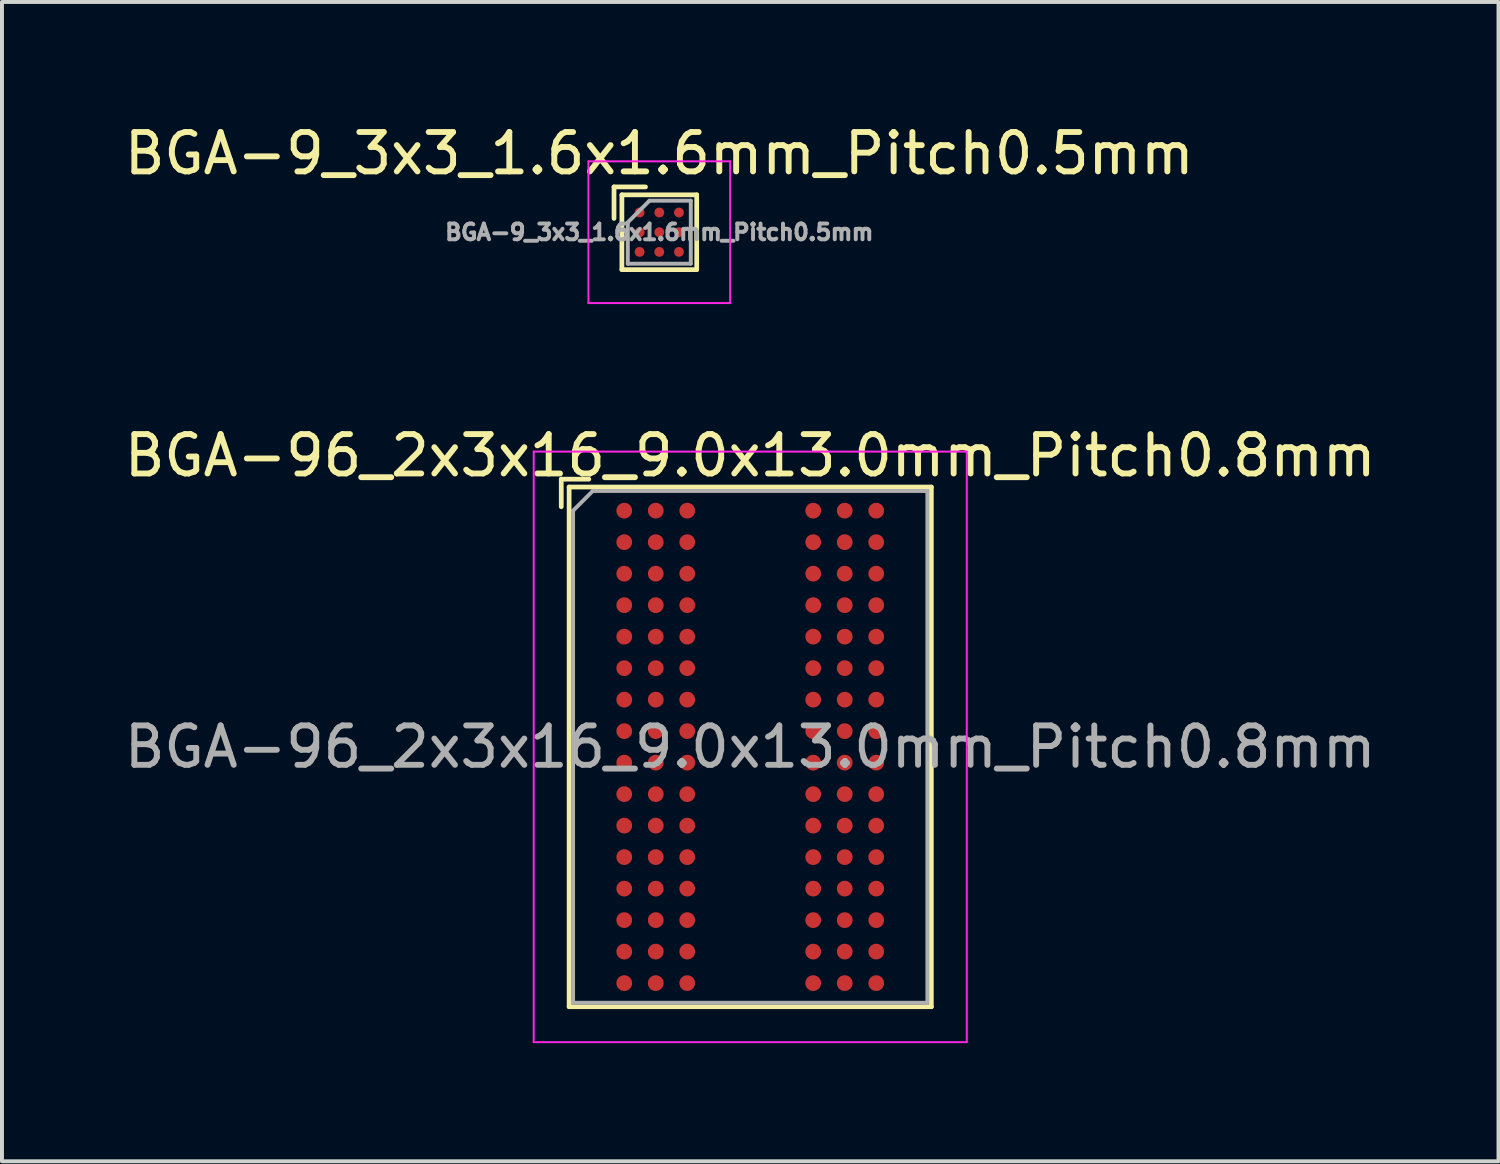
<source format=kicad_pcb>
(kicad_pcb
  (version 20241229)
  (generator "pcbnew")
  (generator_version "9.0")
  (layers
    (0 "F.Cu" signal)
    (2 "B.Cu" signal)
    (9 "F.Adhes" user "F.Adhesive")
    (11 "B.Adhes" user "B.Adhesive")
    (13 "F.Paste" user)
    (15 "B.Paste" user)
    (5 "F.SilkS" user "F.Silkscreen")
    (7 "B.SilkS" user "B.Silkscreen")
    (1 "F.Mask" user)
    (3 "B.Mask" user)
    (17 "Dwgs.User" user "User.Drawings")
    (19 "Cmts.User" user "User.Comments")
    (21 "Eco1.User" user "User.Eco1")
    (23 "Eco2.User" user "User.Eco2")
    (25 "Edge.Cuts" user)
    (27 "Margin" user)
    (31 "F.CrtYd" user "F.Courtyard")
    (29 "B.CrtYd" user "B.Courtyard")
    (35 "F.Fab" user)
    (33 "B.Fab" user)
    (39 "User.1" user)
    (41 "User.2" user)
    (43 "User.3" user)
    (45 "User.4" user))
  (footprint "BGA-9_3x3_1.6x1.6mm_Pitch0.5mm"
    (layer "F.Cu")
    (at 13.696 2.848)
    (property "Reference" "BGA-9_3x3_1.6x1.6mm_Pitch0.5mm" (at 0 -2 0) (layer "F.SilkS") (effects (font (size 1 1) (thickness 0.15))))
    (attr smd)
    (fp_line (start -1.15 -1.15) (end -1.15 -0.35) (stroke (width 0.12) (type solid)) (layer "F.SilkS"))
    (fp_line (start -1.15 -1.15) (end -0.35 -1.15) (stroke (width 0.12) (type solid)) (layer "F.SilkS"))
    (fp_line (start -0.95 -0.95) (end -0.95 0.95) (stroke (width 0.12) (type solid)) (layer "F.SilkS"))
    (fp_line (start -0.95 0.95) (end 0.95 0.95) (stroke (width 0.12) (type solid)) (layer "F.SilkS"))
    (fp_line (start 0.95 -0.95) (end -0.95 -0.95) (stroke (width 0.12) (type solid)) (layer "F.SilkS"))
    (fp_line (start 0.95 0.95) (end 0.95 -0.95) (stroke (width 0.12) (type solid)) (layer "F.SilkS"))
    (fp_line (start -1.8 -1.8) (end -1.8 1.8) (stroke (width 0.05) (type solid)) (layer "F.CrtYd"))
    (fp_line (start -1.8 -1.8) (end 1.8 -1.8) (stroke (width 0.05) (type solid)) (layer "F.CrtYd"))
    (fp_line (start 1.8 1.8) (end -1.8 1.8) (stroke (width 0.05) (type solid)) (layer "F.CrtYd"))
    (fp_line (start 1.8 1.8) (end 1.8 -1.8) (stroke (width 0.05) (type solid)) (layer "F.CrtYd"))
    (fp_line (start -0.8 -0.25) (end -0.25 -0.8) (stroke (width 0.1) (type solid)) (layer "F.Fab"))
    (fp_line (start -0.8 0.8) (end -0.8 -0.25) (stroke (width 0.1) (type solid)) (layer "F.Fab"))
    (fp_line (start -0.25 -0.8) (end 0.8 -0.8) (stroke (width 0.1) (type solid)) (layer "F.Fab"))
    (fp_line (start 0.8 -0.8) (end 0.8 0.8) (stroke (width 0.1) (type solid)) (layer "F.Fab"))
    (fp_line (start 0.8 0.8) (end -0.8 0.8) (stroke (width 0.1) (type solid)) (layer "F.Fab"))
    (fp_text user "${REFERENCE}" (at 0 0 0) (layer "F.Fab") (effects (font (size 0.4 0.4) (thickness 0.1))))
    (pad "A1" smd circle (at -0.5 -0.5) (size 0.25 0.25) (layers "F.Cu" "F.Mask" "F.Paste"))
    (pad "A2" smd circle (at 0 -0.5) (size 0.25 0.25) (layers "F.Cu" "F.Mask" "F.Paste"))
    (pad "A3" smd circle (at 0.5 -0.5) (size 0.25 0.25) (layers "F.Cu" "F.Mask" "F.Paste"))
    (pad "B1" smd circle (at -0.5 0) (size 0.25 0.25) (layers "F.Cu" "F.Mask" "F.Paste"))
    (pad "B2" smd circle (at 0 0) (size 0.25 0.25) (layers "F.Cu" "F.Mask" "F.Paste"))
    (pad "B3" smd circle (at 0.5 0) (size 0.25 0.25) (layers "F.Cu" "F.Mask" "F.Paste"))
    (pad "C1" smd circle (at -0.5 0.5) (size 0.25 0.25) (layers "F.Cu" "F.Mask" "F.Paste"))
    (pad "C2" smd circle (at 0 0.5) (size 0.25 0.25) (layers "F.Cu" "F.Mask" "F.Paste"))
    (pad "C3" smd circle (at 0.5 0.5) (size 0.25 0.25) (layers "F.Cu" "F.Mask" "F.Paste")))
  (footprint "BGA-96_2x3x16_9.0x13.0mm_Pitch0.8mm"
    (layer "F.Cu")
    (at 16.006 15.921)
    (property "Reference" "BGA-96_2x3x16_9.0x13.0mm_Pitch0.8mm" (at 0 -7.4 0) (layer "F.SilkS") (effects (font (size 1 1) (thickness 0.15))))
    (attr smd)
    (fp_line (start -4.8 -6.8) (end -4.8 -6.1) (stroke (width 0.12) (type solid)) (layer "F.SilkS"))
    (fp_line (start -4.6 -6.6) (end -4.6 6.6) (stroke (width 0.12) (type solid)) (layer "F.SilkS"))
    (fp_line (start -4.6 6.6) (end 4.6 6.6) (stroke (width 0.12) (type solid)) (layer "F.SilkS"))
    (fp_line (start -4.1 -6.8) (end -4.8 -6.8) (stroke (width 0.12) (type solid)) (layer "F.SilkS"))
    (fp_line (start 4.6 -6.6) (end -4.6 -6.6) (stroke (width 0.12) (type solid)) (layer "F.SilkS"))
    (fp_line (start 4.6 6.6) (end 4.6 -6.6) (stroke (width 0.12) (type solid)) (layer "F.SilkS"))
    (fp_line (start -5.5 -7.5) (end -5.5 7.5) (stroke (width 0.05) (type solid)) (layer "F.CrtYd"))
    (fp_line (start -5.5 -7.5) (end 5.5 -7.5) (stroke (width 0.05) (type solid)) (layer "F.CrtYd"))
    (fp_line (start 5.5 7.5) (end -5.5 7.5) (stroke (width 0.05) (type solid)) (layer "F.CrtYd"))
    (fp_line (start 5.5 7.5) (end 5.5 -7.5) (stroke (width 0.05) (type solid)) (layer "F.CrtYd"))
    (fp_line (start -4.5 -6) (end -4.5 6.5) (stroke (width 0.1) (type solid)) (layer "F.Fab"))
    (fp_line (start -4.5 6.5) (end 4.5 6.5) (stroke (width 0.1) (type solid)) (layer "F.Fab"))
    (fp_line (start -4 -6.5) (end -4.5 -6) (stroke (width 0.1) (type solid)) (layer "F.Fab"))
    (fp_line (start 4.5 -6.5) (end -4 -6.5) (stroke (width 0.1) (type solid)) (layer "F.Fab"))
    (fp_line (start 4.5 6.5) (end 4.5 -6.5) (stroke (width 0.1) (type solid)) (layer "F.Fab"))
    (fp_text user "${REFERENCE}" (at 0 0 0) (layer "F.Fab") (effects (font (size 1 1) (thickness 0.15))))
    (pad "A1" smd circle (at -3.2 -6) (size 0.4 0.4) (layers "F.Cu" "F.Mask" "F.Paste"))
    (pad "A2" smd circle (at -2.4 -6) (size 0.4 0.4) (layers "F.Cu" "F.Mask" "F.Paste"))
    (pad "A3" smd circle (at -1.6 -6) (size 0.4 0.4) (layers "F.Cu" "F.Mask" "F.Paste"))
    (pad "A7" smd circle (at 1.6 -6) (size 0.4 0.4) (layers "F.Cu" "F.Mask" "F.Paste"))
    (pad "A8" smd circle (at 2.4 -6) (size 0.4 0.4) (layers "F.Cu" "F.Mask" "F.Paste"))
    (pad "A9" smd circle (at 3.2 -6) (size 0.4 0.4) (layers "F.Cu" "F.Mask" "F.Paste"))
    (pad "B1" smd circle (at -3.2 -5.2) (size 0.4 0.4) (layers "F.Cu" "F.Mask" "F.Paste"))
    (pad "B2" smd circle (at -2.4 -5.2) (size 0.4 0.4) (layers "F.Cu" "F.Mask" "F.Paste"))
    (pad "B3" smd circle (at -1.6 -5.2) (size 0.4 0.4) (layers "F.Cu" "F.Mask" "F.Paste"))
    (pad "B7" smd circle (at 1.6 -5.2) (size 0.4 0.4) (layers "F.Cu" "F.Mask" "F.Paste"))
    (pad "B8" smd circle (at 2.4 -5.2) (size 0.4 0.4) (layers "F.Cu" "F.Mask" "F.Paste"))
    (pad "B9" smd circle (at 3.2 -5.2) (size 0.4 0.4) (layers "F.Cu" "F.Mask" "F.Paste"))
    (pad "C1" smd circle (at -3.2 -4.4) (size 0.4 0.4) (layers "F.Cu" "F.Mask" "F.Paste"))
    (pad "C2" smd circle (at -2.4 -4.4) (size 0.4 0.4) (layers "F.Cu" "F.Mask" "F.Paste"))
    (pad "C3" smd circle (at -1.6 -4.4) (size 0.4 0.4) (layers "F.Cu" "F.Mask" "F.Paste"))
    (pad "C7" smd circle (at 1.6 -4.4) (size 0.4 0.4) (layers "F.Cu" "F.Mask" "F.Paste"))
    (pad "C8" smd circle (at 2.4 -4.4) (size 0.4 0.4) (layers "F.Cu" "F.Mask" "F.Paste"))
    (pad "C9" smd circle (at 3.2 -4.4) (size 0.4 0.4) (layers "F.Cu" "F.Mask" "F.Paste"))
    (pad "D1" smd circle (at -3.2 -3.6) (size 0.4 0.4) (layers "F.Cu" "F.Mask" "F.Paste"))
    (pad "D2" smd circle (at -2.4 -3.6) (size 0.4 0.4) (layers "F.Cu" "F.Mask" "F.Paste"))
    (pad "D3" smd circle (at -1.6 -3.6) (size 0.4 0.4) (layers "F.Cu" "F.Mask" "F.Paste"))
    (pad "D7" smd circle (at 1.6 -3.6) (size 0.4 0.4) (layers "F.Cu" "F.Mask" "F.Paste"))
    (pad "D8" smd circle (at 2.4 -3.6) (size 0.4 0.4) (layers "F.Cu" "F.Mask" "F.Paste"))
    (pad "D9" smd circle (at 3.2 -3.6) (size 0.4 0.4) (layers "F.Cu" "F.Mask" "F.Paste"))
    (pad "E1" smd circle (at -3.2 -2.8) (size 0.4 0.4) (layers "F.Cu" "F.Mask" "F.Paste"))
    (pad "E2" smd circle (at -2.4 -2.8) (size 0.4 0.4) (layers "F.Cu" "F.Mask" "F.Paste"))
    (pad "E3" smd circle (at -1.6 -2.8) (size 0.4 0.4) (layers "F.Cu" "F.Mask" "F.Paste"))
    (pad "E7" smd circle (at 1.6 -2.8) (size 0.4 0.4) (layers "F.Cu" "F.Mask" "F.Paste"))
    (pad "E8" smd circle (at 2.4 -2.8) (size 0.4 0.4) (layers "F.Cu" "F.Mask" "F.Paste"))
    (pad "E9" smd circle (at 3.2 -2.8) (size 0.4 0.4) (layers "F.Cu" "F.Mask" "F.Paste"))
    (pad "F1" smd circle (at -3.2 -2) (size 0.4 0.4) (layers "F.Cu" "F.Mask" "F.Paste"))
    (pad "F2" smd circle (at -2.4 -2) (size 0.4 0.4) (layers "F.Cu" "F.Mask" "F.Paste"))
    (pad "F3" smd circle (at -1.6 -2) (size 0.4 0.4) (layers "F.Cu" "F.Mask" "F.Paste"))
    (pad "F7" smd circle (at 1.6 -2) (size 0.4 0.4) (layers "F.Cu" "F.Mask" "F.Paste"))
    (pad "F8" smd circle (at 2.4 -2) (size 0.4 0.4) (layers "F.Cu" "F.Mask" "F.Paste"))
    (pad "F9" smd circle (at 3.2 -2) (size 0.4 0.4) (layers "F.Cu" "F.Mask" "F.Paste"))
    (pad "G1" smd circle (at -3.2 -1.2) (size 0.4 0.4) (layers "F.Cu" "F.Mask" "F.Paste"))
    (pad "G2" smd circle (at -2.4 -1.2) (size 0.4 0.4) (layers "F.Cu" "F.Mask" "F.Paste"))
    (pad "G3" smd circle (at -1.6 -1.2) (size 0.4 0.4) (layers "F.Cu" "F.Mask" "F.Paste"))
    (pad "G7" smd circle (at 1.6 -1.2) (size 0.4 0.4) (layers "F.Cu" "F.Mask" "F.Paste"))
    (pad "G8" smd circle (at 2.4 -1.2) (size 0.4 0.4) (layers "F.Cu" "F.Mask" "F.Paste"))
    (pad "G9" smd circle (at 3.2 -1.2) (size 0.4 0.4) (layers "F.Cu" "F.Mask" "F.Paste"))
    (pad "H1" smd circle (at -3.2 -0.4) (size 0.4 0.4) (layers "F.Cu" "F.Mask" "F.Paste"))
    (pad "H2" smd circle (at -2.4 -0.4) (size 0.4 0.4) (layers "F.Cu" "F.Mask" "F.Paste"))
    (pad "H3" smd circle (at -1.6 -0.4) (size 0.4 0.4) (layers "F.Cu" "F.Mask" "F.Paste"))
    (pad "H7" smd circle (at 1.6 -0.4) (size 0.4 0.4) (layers "F.Cu" "F.Mask" "F.Paste"))
    (pad "H8" smd circle (at 2.4 -0.4) (size 0.4 0.4) (layers "F.Cu" "F.Mask" "F.Paste"))
    (pad "H9" smd circle (at 3.2 -0.4) (size 0.4 0.4) (layers "F.Cu" "F.Mask" "F.Paste"))
    (pad "J1" smd circle (at -3.2 0.4) (size 0.4 0.4) (layers "F.Cu" "F.Mask" "F.Paste"))
    (pad "J2" smd circle (at -2.4 0.4) (size 0.4 0.4) (layers "F.Cu" "F.Mask" "F.Paste"))
    (pad "J3" smd circle (at -1.6 0.4) (size 0.4 0.4) (layers "F.Cu" "F.Mask" "F.Paste"))
    (pad "J7" smd circle (at 1.6 0.4) (size 0.4 0.4) (layers "F.Cu" "F.Mask" "F.Paste"))
    (pad "J8" smd circle (at 2.4 0.4) (size 0.4 0.4) (layers "F.Cu" "F.Mask" "F.Paste"))
    (pad "J9" smd circle (at 3.2 0.4) (size 0.4 0.4) (layers "F.Cu" "F.Mask" "F.Paste"))
    (pad "K1" smd circle (at -3.2 1.2) (size 0.4 0.4) (layers "F.Cu" "F.Mask" "F.Paste"))
    (pad "K2" smd circle (at -2.4 1.2) (size 0.4 0.4) (layers "F.Cu" "F.Mask" "F.Paste"))
    (pad "K3" smd circle (at -1.6 1.2) (size 0.4 0.4) (layers "F.Cu" "F.Mask" "F.Paste"))
    (pad "K7" smd circle (at 1.6 1.2) (size 0.4 0.4) (layers "F.Cu" "F.Mask" "F.Paste"))
    (pad "K8" smd circle (at 2.4 1.2) (size 0.4 0.4) (layers "F.Cu" "F.Mask" "F.Paste"))
    (pad "K9" smd circle (at 3.2 1.2) (size 0.4 0.4) (layers "F.Cu" "F.Mask" "F.Paste"))
    (pad "L1" smd circle (at -3.2 2) (size 0.4 0.4) (layers "F.Cu" "F.Mask" "F.Paste"))
    (pad "L2" smd circle (at -2.4 2) (size 0.4 0.4) (layers "F.Cu" "F.Mask" "F.Paste"))
    (pad "L3" smd circle (at -1.6 2) (size 0.4 0.4) (layers "F.Cu" "F.Mask" "F.Paste"))
    (pad "L7" smd circle (at 1.6 2) (size 0.4 0.4) (layers "F.Cu" "F.Mask" "F.Paste"))
    (pad "L8" smd circle (at 2.4 2) (size 0.4 0.4) (layers "F.Cu" "F.Mask" "F.Paste"))
    (pad "L9" smd circle (at 3.2 2) (size 0.4 0.4) (layers "F.Cu" "F.Mask" "F.Paste"))
    (pad "M1" smd circle (at -3.2 2.8) (size 0.4 0.4) (layers "F.Cu" "F.Mask" "F.Paste"))
    (pad "M2" smd circle (at -2.4 2.8) (size 0.4 0.4) (layers "F.Cu" "F.Mask" "F.Paste"))
    (pad "M3" smd circle (at -1.6 2.8) (size 0.4 0.4) (layers "F.Cu" "F.Mask" "F.Paste"))
    (pad "M7" smd circle (at 1.6 2.8) (size 0.4 0.4) (layers "F.Cu" "F.Mask" "F.Paste"))
    (pad "M8" smd circle (at 2.4 2.8) (size 0.4 0.4) (layers "F.Cu" "F.Mask" "F.Paste"))
    (pad "M9" smd circle (at 3.2 2.8) (size 0.4 0.4) (layers "F.Cu" "F.Mask" "F.Paste"))
    (pad "N1" smd circle (at -3.2 3.6) (size 0.4 0.4) (layers "F.Cu" "F.Mask" "F.Paste"))
    (pad "N2" smd circle (at -2.4 3.6) (size 0.4 0.4) (layers "F.Cu" "F.Mask" "F.Paste"))
    (pad "N3" smd circle (at -1.6 3.6) (size 0.4 0.4) (layers "F.Cu" "F.Mask" "F.Paste"))
    (pad "N7" smd circle (at 1.6 3.6) (size 0.4 0.4) (layers "F.Cu" "F.Mask" "F.Paste"))
    (pad "N8" smd circle (at 2.4 3.6) (size 0.4 0.4) (layers "F.Cu" "F.Mask" "F.Paste"))
    (pad "N9" smd circle (at 3.2 3.6) (size 0.4 0.4) (layers "F.Cu" "F.Mask" "F.Paste"))
    (pad "P1" smd circle (at -3.2 4.4) (size 0.4 0.4) (layers "F.Cu" "F.Mask" "F.Paste"))
    (pad "P2" smd circle (at -2.4 4.4) (size 0.4 0.4) (layers "F.Cu" "F.Mask" "F.Paste"))
    (pad "P3" smd circle (at -1.6 4.4) (size 0.4 0.4) (layers "F.Cu" "F.Mask" "F.Paste"))
    (pad "P7" smd circle (at 1.6 4.4) (size 0.4 0.4) (layers "F.Cu" "F.Mask" "F.Paste"))
    (pad "P8" smd circle (at 2.4 4.4) (size 0.4 0.4) (layers "F.Cu" "F.Mask" "F.Paste"))
    (pad "P9" smd circle (at 3.2 4.4) (size 0.4 0.4) (layers "F.Cu" "F.Mask" "F.Paste"))
    (pad "R1" smd circle (at -3.2 5.2) (size 0.4 0.4) (layers "F.Cu" "F.Mask" "F.Paste"))
    (pad "R2" smd circle (at -2.4 5.2) (size 0.4 0.4) (layers "F.Cu" "F.Mask" "F.Paste"))
    (pad "R3" smd circle (at -1.6 5.2) (size 0.4 0.4) (layers "F.Cu" "F.Mask" "F.Paste"))
    (pad "R7" smd circle (at 1.6 5.2) (size 0.4 0.4) (layers "F.Cu" "F.Mask" "F.Paste"))
    (pad "R8" smd circle (at 2.4 5.2) (size 0.4 0.4) (layers "F.Cu" "F.Mask" "F.Paste"))
    (pad "R9" smd circle (at 3.2 5.2) (size 0.4 0.4) (layers "F.Cu" "F.Mask" "F.Paste"))
    (pad "T1" smd circle (at -3.2 6) (size 0.4 0.4) (layers "F.Cu" "F.Mask" "F.Paste"))
    (pad "T2" smd circle (at -2.4 6) (size 0.4 0.4) (layers "F.Cu" "F.Mask" "F.Paste"))
    (pad "T3" smd circle (at -1.6 6) (size 0.4 0.4) (layers "F.Cu" "F.Mask" "F.Paste"))
    (pad "T7" smd circle (at 1.6 6) (size 0.4 0.4) (layers "F.Cu" "F.Mask" "F.Paste"))
    (pad "T8" smd circle (at 2.4 6) (size 0.4 0.4) (layers "F.Cu" "F.Mask" "F.Paste"))
    (pad "T9" smd circle (at 3.2 6) (size 0.4 0.4) (layers "F.Cu" "F.Mask" "F.Paste")))
  (gr_rect
    (start -3 -3)
    (end 35.012 26.447)
    (stroke (width 0.1) (type default))
    (fill no)
    (layer "Edge.Cuts")))
</source>
